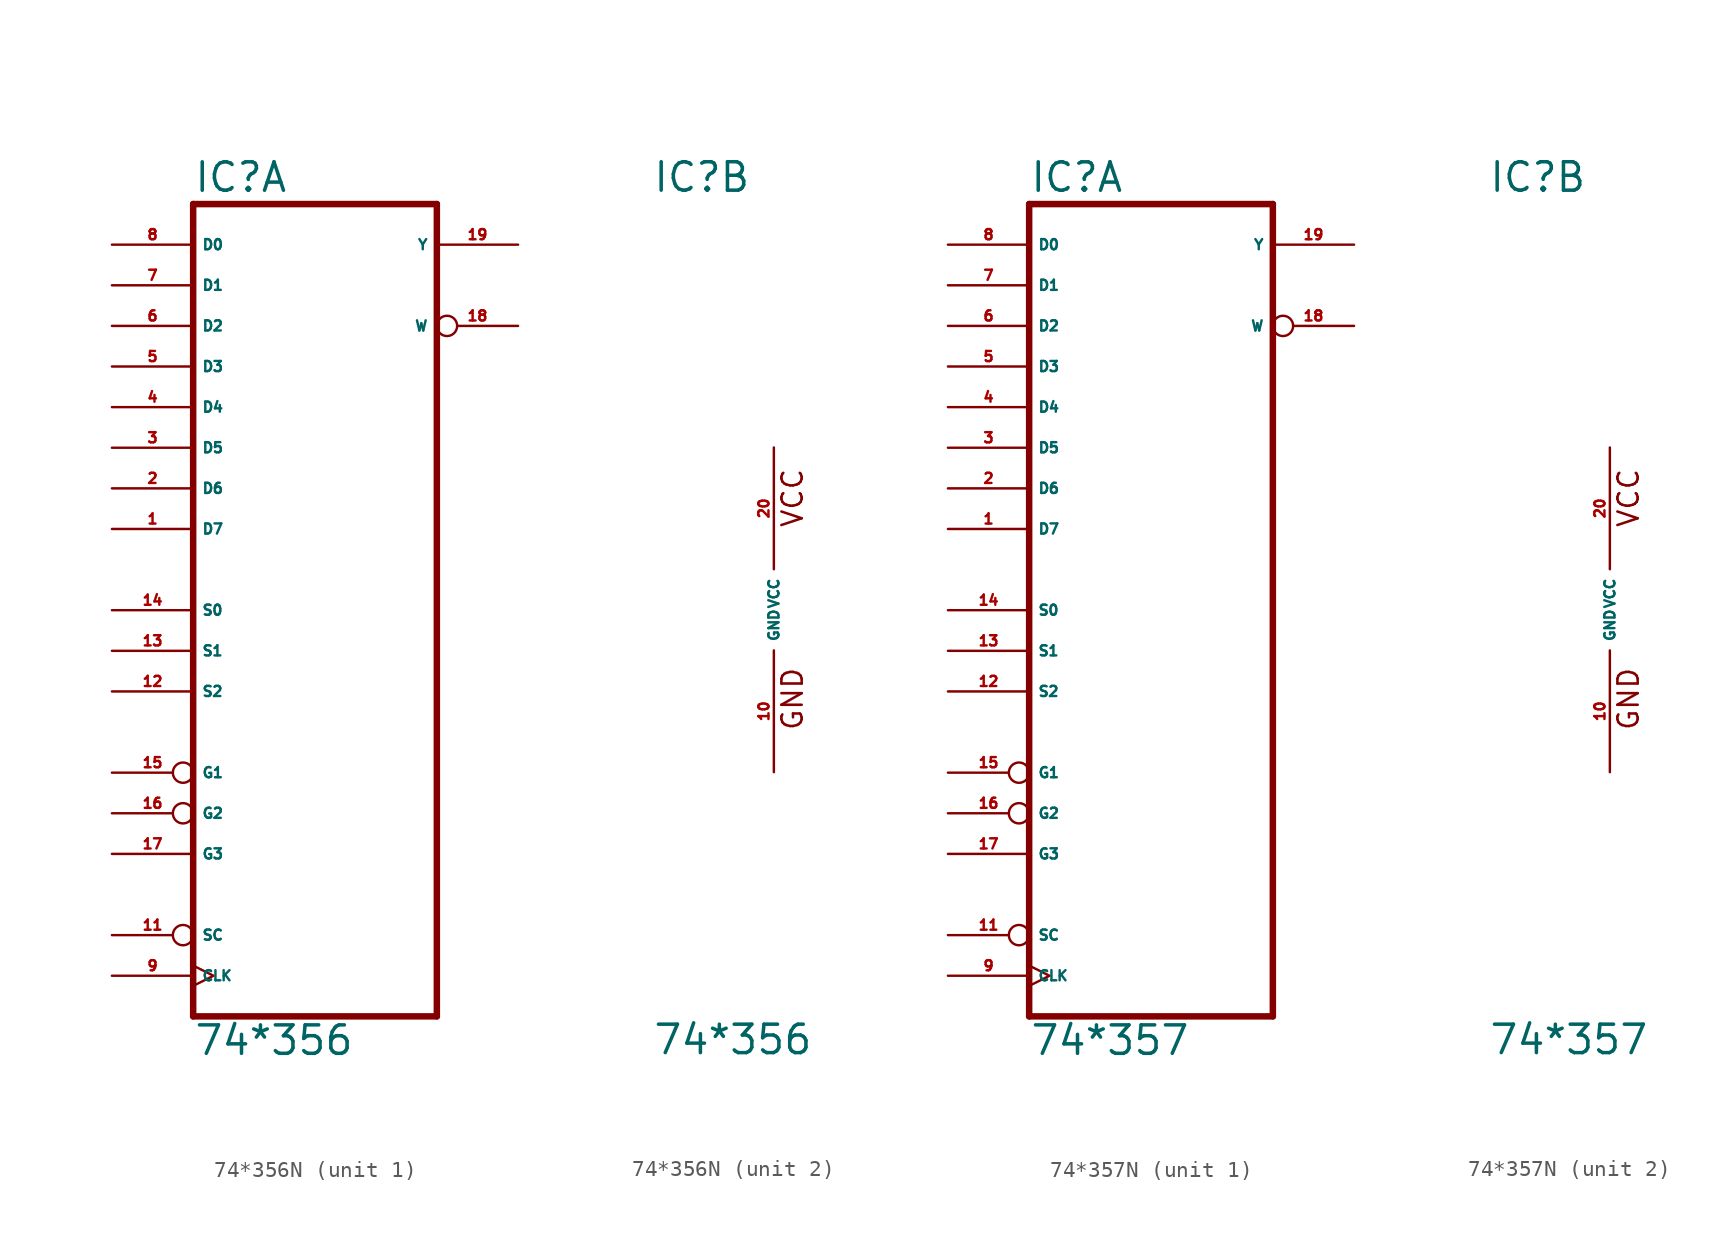
<source format=kicad_sym>
(kicad_symbol_lib
  (version 20220914)
  (generator Eagle2Kicad)
  (symbol "74*356N"
    (property "Reference" "IC"
      (at -7.62 26.035 0)
      (effects (font (size 1.778 1.778) (thickness 0.22)) (justify left bottom)))
    (property "Value" "74*356"
      (at -7.62 -27.94 0)
      (effects (font (size 1.778 1.778) (thickness 0.22)) (justify left bottom)))
    (symbol "74*356N_1_0"
      (polyline (pts (xy -7.62 -25.4) (xy 7.62 -25.4)) (stroke (width 0.406) (type default)) (fill (type none)))
      (polyline (pts (xy 7.62 -25.4) (xy 7.62 25.4)) (stroke (width 0.406) (type default)) (fill (type none)))
      (polyline (pts (xy 7.62 25.4) (xy -7.62 25.4)) (stroke (width 0.406) (type default)) (fill (type none)))
      (polyline (pts (xy -7.62 25.4) (xy -7.62 -25.4)) (stroke (width 0.406) (type default)) (fill (type none)))
      (pin input line (at -12.7 5.08 0) (length 5.08) (name "D7" (effects (font (size 0.635 0.635) (thickness 0.08)) (justify left bottom))) (number "1" (effects (font (size 0.635 0.635) (thickness 0.08)) (justify left bottom))))
      (pin input line (at -12.7 7.62 0) (length 5.08) (name "D6" (effects (font (size 0.635 0.635) (thickness 0.08)) (justify left bottom))) (number "2" (effects (font (size 0.635 0.635) (thickness 0.08)) (justify left bottom))))
      (pin input line (at -12.7 10.16 0) (length 5.08) (name "D5" (effects (font (size 0.635 0.635) (thickness 0.08)) (justify left bottom))) (number "3" (effects (font (size 0.635 0.635) (thickness 0.08)) (justify left bottom))))
      (pin input line (at -12.7 12.7 0) (length 5.08) (name "D4" (effects (font (size 0.635 0.635) (thickness 0.08)) (justify left bottom))) (number "4" (effects (font (size 0.635 0.635) (thickness 0.08)) (justify left bottom))))
      (pin input line (at -12.7 15.24 0) (length 5.08) (name "D3" (effects (font (size 0.635 0.635) (thickness 0.08)) (justify left bottom))) (number "5" (effects (font (size 0.635 0.635) (thickness 0.08)) (justify left bottom))))
      (pin input line (at -12.7 17.78 0) (length 5.08) (name "D2" (effects (font (size 0.635 0.635) (thickness 0.08)) (justify left bottom))) (number "6" (effects (font (size 0.635 0.635) (thickness 0.08)) (justify left bottom))))
      (pin input line (at -12.7 20.32 0) (length 5.08) (name "D1" (effects (font (size 0.635 0.635) (thickness 0.08)) (justify left bottom))) (number "7" (effects (font (size 0.635 0.635) (thickness 0.08)) (justify left bottom))))
      (pin input line (at -12.7 22.86 0) (length 5.08) (name "D0" (effects (font (size 0.635 0.635) (thickness 0.08)) (justify left bottom))) (number "8" (effects (font (size 0.635 0.635) (thickness 0.08)) (justify left bottom))))
      (pin input clock (at -12.7 -22.86 0) (length 5.08) (name "CLK" (effects (font (size 0.635 0.635) (thickness 0.08)) (justify left bottom))) (number "9" (effects (font (size 0.635 0.635) (thickness 0.08)) (justify left bottom))))
      (pin input inverted (at -12.7 -20.32 0) (length 5.08) (name "SC" (effects (font (size 0.635 0.635) (thickness 0.08)) (justify left bottom))) (number "11" (effects (font (size 0.635 0.635) (thickness 0.08)) (justify left bottom))))
      (pin input line (at -12.7 -5.08 0) (length 5.08) (name "S2" (effects (font (size 0.635 0.635) (thickness 0.08)) (justify left bottom))) (number "12" (effects (font (size 0.635 0.635) (thickness 0.08)) (justify left bottom))))
      (pin input line (at -12.7 -2.54 0) (length 5.08) (name "S1" (effects (font (size 0.635 0.635) (thickness 0.08)) (justify left bottom))) (number "13" (effects (font (size 0.635 0.635) (thickness 0.08)) (justify left bottom))))
      (pin input line (at -12.7 0 0) (length 5.08) (name "S0" (effects (font (size 0.635 0.635) (thickness 0.08)) (justify left bottom))) (number "14" (effects (font (size 0.635 0.635) (thickness 0.08)) (justify left bottom))))
      (pin input inverted (at -12.7 -10.16 0) (length 5.08) (name "G1" (effects (font (size 0.635 0.635) (thickness 0.08)) (justify left bottom))) (number "15" (effects (font (size 0.635 0.635) (thickness 0.08)) (justify left bottom))))
      (pin input inverted (at -12.7 -12.7 0) (length 5.08) (name "G2" (effects (font (size 0.635 0.635) (thickness 0.08)) (justify left bottom))) (number "16" (effects (font (size 0.635 0.635) (thickness 0.08)) (justify left bottom))))
      (pin input line (at -12.7 -15.24 0) (length 5.08) (name "G3" (effects (font (size 0.635 0.635) (thickness 0.08)) (justify left bottom))) (number "17" (effects (font (size 0.635 0.635) (thickness 0.08)) (justify left bottom))))
      (pin tri_state inverted (at 12.7 17.78 180) (length 5.08) (name "W" (effects (font (size 0.635 0.635) (thickness 0.08)) (justify left bottom))) (number "18" (effects (font (size 0.635 0.635) (thickness 0.08)) (justify left bottom))))
      (pin output line (at 12.7 22.86 180) (length 5.08) (name "Y" (effects (font (size 0.635 0.635) (thickness 0.08)) (justify left bottom))) (number "19" (effects (font (size 0.635 0.635) (thickness 0.08)) (justify left bottom)))))
    (symbol "74*356N_2_0"
      (text "GND" (at 1.905 -7.62 900) (effects (font (size 1.27 1.27) (thickness 0.16)) (justify left bottom)))
      (text "VCC" (at 1.905 5.08 900) (effects (font (size 1.27 1.27) (thickness 0.16)) (justify left bottom)))
      (pin unspecified line (at 0 -10.16 90) (length 7.62) (name "GND" (effects (font (size 0.635 0.635) (thickness 0.08)) (justify left bottom))) (number "10" (effects (font (size 0.635 0.635) (thickness 0.08)) (justify left bottom))))
      (pin unspecified line (at 0 10.16 270) (length 7.62) (name "VCC" (effects (font (size 0.635 0.635) (thickness 0.08)) (justify left bottom))) (number "20" (effects (font (size 0.635 0.635) (thickness 0.08)) (justify left bottom))))))
  (symbol "74*357N"
    (property "Reference" "IC"
      (at -7.62 26.035 0)
      (effects (font (size 1.778 1.778) (thickness 0.22)) (justify left bottom)))
    (property "Value" "74*357"
      (at -7.62 -27.94 0)
      (effects (font (size 1.778 1.778) (thickness 0.22)) (justify left bottom)))
    (symbol "74*357N_1_0"
      (polyline (pts (xy -7.62 -25.4) (xy 7.62 -25.4)) (stroke (width 0.406) (type default)) (fill (type none)))
      (polyline (pts (xy 7.62 -25.4) (xy 7.62 25.4)) (stroke (width 0.406) (type default)) (fill (type none)))
      (polyline (pts (xy 7.62 25.4) (xy -7.62 25.4)) (stroke (width 0.406) (type default)) (fill (type none)))
      (polyline (pts (xy -7.62 25.4) (xy -7.62 -25.4)) (stroke (width 0.406) (type default)) (fill (type none)))
      (pin input line (at -12.7 5.08 0) (length 5.08) (name "D7" (effects (font (size 0.635 0.635) (thickness 0.08)) (justify left bottom))) (number "1" (effects (font (size 0.635 0.635) (thickness 0.08)) (justify left bottom))))
      (pin input line (at -12.7 7.62 0) (length 5.08) (name "D6" (effects (font (size 0.635 0.635) (thickness 0.08)) (justify left bottom))) (number "2" (effects (font (size 0.635 0.635) (thickness 0.08)) (justify left bottom))))
      (pin input line (at -12.7 10.16 0) (length 5.08) (name "D5" (effects (font (size 0.635 0.635) (thickness 0.08)) (justify left bottom))) (number "3" (effects (font (size 0.635 0.635) (thickness 0.08)) (justify left bottom))))
      (pin input line (at -12.7 12.7 0) (length 5.08) (name "D4" (effects (font (size 0.635 0.635) (thickness 0.08)) (justify left bottom))) (number "4" (effects (font (size 0.635 0.635) (thickness 0.08)) (justify left bottom))))
      (pin input line (at -12.7 15.24 0) (length 5.08) (name "D3" (effects (font (size 0.635 0.635) (thickness 0.08)) (justify left bottom))) (number "5" (effects (font (size 0.635 0.635) (thickness 0.08)) (justify left bottom))))
      (pin input line (at -12.7 17.78 0) (length 5.08) (name "D2" (effects (font (size 0.635 0.635) (thickness 0.08)) (justify left bottom))) (number "6" (effects (font (size 0.635 0.635) (thickness 0.08)) (justify left bottom))))
      (pin input line (at -12.7 20.32 0) (length 5.08) (name "D1" (effects (font (size 0.635 0.635) (thickness 0.08)) (justify left bottom))) (number "7" (effects (font (size 0.635 0.635) (thickness 0.08)) (justify left bottom))))
      (pin input line (at -12.7 22.86 0) (length 5.08) (name "D0" (effects (font (size 0.635 0.635) (thickness 0.08)) (justify left bottom))) (number "8" (effects (font (size 0.635 0.635) (thickness 0.08)) (justify left bottom))))
      (pin input clock (at -12.7 -22.86 0) (length 5.08) (name "CLK" (effects (font (size 0.635 0.635) (thickness 0.08)) (justify left bottom))) (number "9" (effects (font (size 0.635 0.635) (thickness 0.08)) (justify left bottom))))
      (pin input inverted (at -12.7 -20.32 0) (length 5.08) (name "SC" (effects (font (size 0.635 0.635) (thickness 0.08)) (justify left bottom))) (number "11" (effects (font (size 0.635 0.635) (thickness 0.08)) (justify left bottom))))
      (pin input line (at -12.7 -5.08 0) (length 5.08) (name "S2" (effects (font (size 0.635 0.635) (thickness 0.08)) (justify left bottom))) (number "12" (effects (font (size 0.635 0.635) (thickness 0.08)) (justify left bottom))))
      (pin input line (at -12.7 -2.54 0) (length 5.08) (name "S1" (effects (font (size 0.635 0.635) (thickness 0.08)) (justify left bottom))) (number "13" (effects (font (size 0.635 0.635) (thickness 0.08)) (justify left bottom))))
      (pin input line (at -12.7 0 0) (length 5.08) (name "S0" (effects (font (size 0.635 0.635) (thickness 0.08)) (justify left bottom))) (number "14" (effects (font (size 0.635 0.635) (thickness 0.08)) (justify left bottom))))
      (pin input inverted (at -12.7 -10.16 0) (length 5.08) (name "G1" (effects (font (size 0.635 0.635) (thickness 0.08)) (justify left bottom))) (number "15" (effects (font (size 0.635 0.635) (thickness 0.08)) (justify left bottom))))
      (pin input inverted (at -12.7 -12.7 0) (length 5.08) (name "G2" (effects (font (size 0.635 0.635) (thickness 0.08)) (justify left bottom))) (number "16" (effects (font (size 0.635 0.635) (thickness 0.08)) (justify left bottom))))
      (pin input line (at -12.7 -15.24 0) (length 5.08) (name "G3" (effects (font (size 0.635 0.635) (thickness 0.08)) (justify left bottom))) (number "17" (effects (font (size 0.635 0.635) (thickness 0.08)) (justify left bottom))))
      (pin open_collector inverted (at 12.7 17.78 180) (length 5.08) (name "W" (effects (font (size 0.635 0.635) (thickness 0.08)) (justify left bottom))) (number "18" (effects (font (size 0.635 0.635) (thickness 0.08)) (justify left bottom))))
      (pin open_collector line (at 12.7 22.86 180) (length 5.08) (name "Y" (effects (font (size 0.635 0.635) (thickness 0.08)) (justify left bottom))) (number "19" (effects (font (size 0.635 0.635) (thickness 0.08)) (justify left bottom)))))
    (symbol "74*357N_2_0"
      (text "GND" (at 1.905 -7.62 900) (effects (font (size 1.27 1.27) (thickness 0.16)) (justify left bottom)))
      (text "VCC" (at 1.905 5.08 900) (effects (font (size 1.27 1.27) (thickness 0.16)) (justify left bottom)))
      (pin unspecified line (at 0 -10.16 90) (length 7.62) (name "GND" (effects (font (size 0.635 0.635) (thickness 0.08)) (justify left bottom))) (number "10" (effects (font (size 0.635 0.635) (thickness 0.08)) (justify left bottom))))
      (pin unspecified line (at 0 10.16 270) (length 7.62) (name "VCC" (effects (font (size 0.635 0.635) (thickness 0.08)) (justify left bottom))) (number "20" (effects (font (size 0.635 0.635) (thickness 0.08)) (justify left bottom)))))))
</source>
